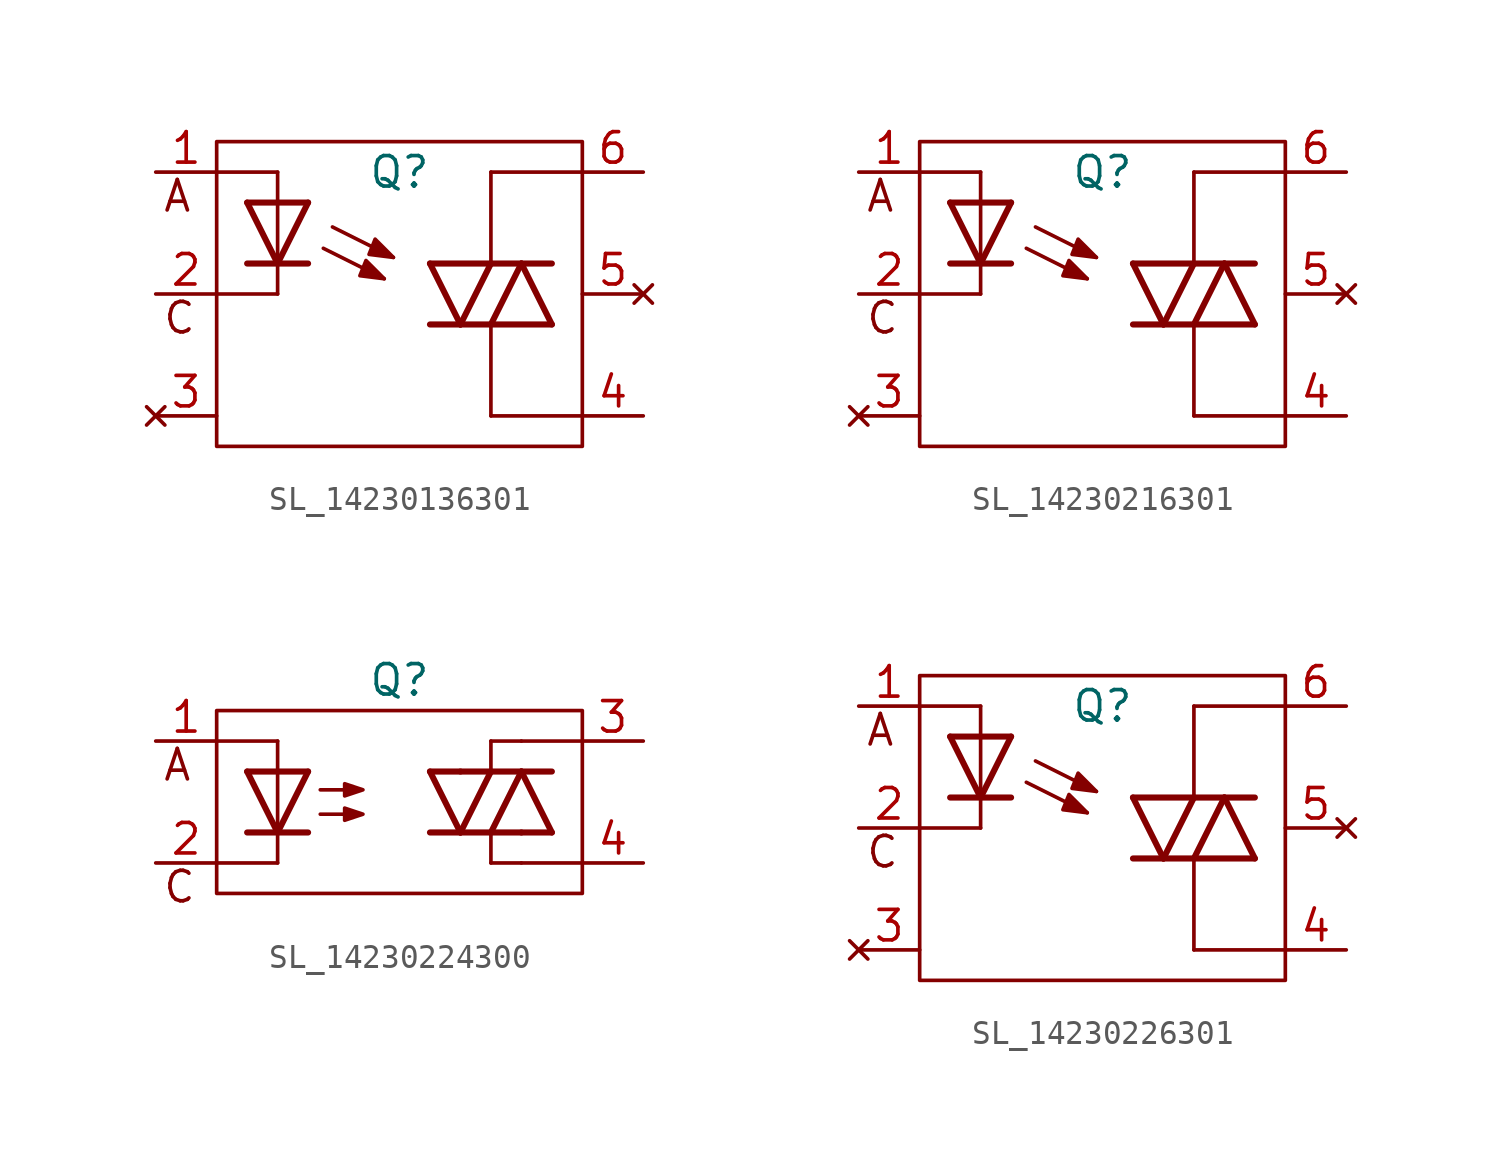
<source format=kicad_sym>
(kicad_symbol_lib
  (version 20220914)
  (generator kicad_symbol_editor)
  (symbol "SL_14230136301"
    (pin_names hide)
    (property "Reference" "Q"
      (at 0 5.08 0)
      (effects (font (size 1.27 1.27))))
    (symbol "SL_14230136301_0_0"
      (rectangle (start -7.62 6.35) (end 7.62 -6.35) (stroke (width 0) (type default)) (fill (type none)))
      (polyline (pts (xy -5.08 0) (xy -7.62 0)) (stroke (width 0.152) (type default)) (fill (type none)))
      (polyline (pts (xy -5.08 1.27) (xy -6.35 1.27)) (stroke (width 0.254) (type default)) (fill (type none)))
      (polyline (pts (xy -5.08 1.27) (xy -6.35 3.81)) (stroke (width 0.254) (type default)) (fill (type none)))
      (polyline (pts (xy -5.08 1.27) (xy -5.08 0)) (stroke (width 0.152) (type default)) (fill (type none)))
      (polyline (pts (xy -5.08 3.81) (xy -6.35 3.81)) (stroke (width 0.254) (type default)) (fill (type none)))
      (polyline (pts (xy -5.08 3.81) (xy -5.08 1.27)) (stroke (width 0.152) (type default)) (fill (type none)))
      (polyline (pts (xy -5.08 3.81) (xy -5.08 5.08)) (stroke (width 0.152) (type default)) (fill (type none)))
      (polyline (pts (xy -5.08 5.08) (xy -7.62 5.08)) (stroke (width 0.152) (type default)) (fill (type none)))
      (polyline (pts (xy -3.81 1.27) (xy -5.08 1.27)) (stroke (width 0.254) (type default)) (fill (type none)))
      (polyline (pts (xy -3.81 3.81) (xy -5.08 1.27)) (stroke (width 0.254) (type default)) (fill (type none)))
      (polyline (pts (xy -3.81 3.81) (xy -5.08 3.81)) (stroke (width 0.254) (type default)) (fill (type none)))
      (polyline (pts (xy -3.175 1.905) (xy -0.635 0.635)) (stroke (width 0.152) (type default)) (fill (type none)))
      (polyline (pts (xy -2.794 2.794) (xy -0.254 1.524)) (stroke (width 0.152) (type default)) (fill (type none)))
      (polyline (pts (xy 2.54 -1.27) (xy 1.27 -1.27)) (stroke (width 0.254) (type default)) (fill (type none)))
      (polyline (pts (xy 2.54 -1.27) (xy 1.27 1.27)) (stroke (width 0.254) (type default)) (fill (type none)))
      (polyline (pts (xy 3.81 -1.27) (xy 2.54 -1.27)) (stroke (width 0.254) (type default)) (fill (type none)))
      (polyline (pts (xy 3.81 -1.27) (xy 3.81 -5.08)) (stroke (width 0.152) (type default)) (fill (type none)))
      (polyline (pts (xy 3.81 -1.27) (xy 5.08 1.27)) (stroke (width 0.254) (type default)) (fill (type none)))
      (polyline (pts (xy 3.81 -1.27) (xy 6.35 -1.27)) (stroke (width 0.254) (type default)) (fill (type none)))
      (polyline (pts (xy 3.81 1.27) (xy 1.27 1.27)) (stroke (width 0.254) (type default)) (fill (type none)))
      (polyline (pts (xy 3.81 1.27) (xy 2.54 -1.27)) (stroke (width 0.254) (type default)) (fill (type none)))
      (polyline (pts (xy 3.81 1.27) (xy 3.81 5.08)) (stroke (width 0.152) (type default)) (fill (type none)))
      (polyline (pts (xy 3.81 1.27) (xy 5.08 1.27)) (stroke (width 0.254) (type default)) (fill (type none)))
      (polyline (pts (xy 5.08 1.27) (xy 6.35 -1.27)) (stroke (width 0.254) (type default)) (fill (type none)))
      (polyline (pts (xy 5.08 1.27) (xy 6.35 1.27)) (stroke (width 0.254) (type default)) (fill (type none)))
      (polyline (pts (xy 7.62 -5.08) (xy 3.81 -5.08)) (stroke (width 0.152) (type default)) (fill (type none)))
      (polyline (pts (xy 7.62 5.08) (xy 3.81 5.08)) (stroke (width 0.152) (type default)) (fill (type none)))
      (polyline (pts (xy -1.397 1.397) (xy -0.635 0.635) (xy -1.651 0.762) (xy -1.397 1.397)) (stroke (width 0.152) (type default)) (fill (type outline)))
      (polyline (pts (xy -1.016 2.286) (xy -0.254 1.524) (xy -1.27 1.651) (xy -1.016 2.286)) (stroke (width 0.152) (type default)) (fill (type outline)))
      (text "A" (at -9.906 4.826 0) (effects (font (size 1.27 1.27)) (justify left top)))
      (text "C" (at -9.906 -0.254 0) (effects (font (size 1.27 1.27)) (justify left top))))
    (symbol "SL_14230136301_1_0"
      (pin passive line (at -10.16 5.08 0) (length 2.54) (name "Anode" (effects (font (size 1.27 1.27)))) (number "1" (effects (font (size 1.27 1.27)))))
      (pin passive line (at -10.16 0 0) (length 2.54) (name "Cathode" (effects (font (size 1.27 1.27)))) (number "2" (effects (font (size 1.27 1.27)))))
      (pin no_connect line (at -10.16 -5.08 0) (length 2.54) (name "NC" (effects (font (size 1.27 1.27)))) (number "3" (effects (font (size 1.27 1.27)))))
      (pin passive line (at 10.16 -5.08 180) (length 2.54) (name "Teminal" (effects (font (size 1.27 1.27)))) (number "4" (effects (font (size 1.27 1.27)))))
      (pin no_connect line (at 10.16 0 180) (length 2.54) (name "NC" (effects (font (size 1.27 1.27)))) (number "5" (effects (font (size 1.27 1.27)))))
      (pin passive line (at 10.16 5.08 180) (length 2.54) (name "Teminal" (effects (font (size 1.27 1.27)))) (number "6" (effects (font (size 1.27 1.27)))))))
  (symbol "SL_14230216301"
    (pin_names hide)
    (property "Reference" "Q"
      (at 0 5.08 0)
      (effects (font (size 1.27 1.27))))
    (symbol "SL_14230216301_0_0"
      (rectangle (start -7.62 6.35) (end 7.62 -6.35) (stroke (width 0) (type default)) (fill (type none)))
      (polyline (pts (xy -5.08 0) (xy -7.62 0)) (stroke (width 0.152) (type default)) (fill (type none)))
      (polyline (pts (xy -5.08 1.27) (xy -6.35 1.27)) (stroke (width 0.254) (type default)) (fill (type none)))
      (polyline (pts (xy -5.08 1.27) (xy -6.35 3.81)) (stroke (width 0.254) (type default)) (fill (type none)))
      (polyline (pts (xy -5.08 1.27) (xy -5.08 0)) (stroke (width 0.152) (type default)) (fill (type none)))
      (polyline (pts (xy -5.08 3.81) (xy -6.35 3.81)) (stroke (width 0.254) (type default)) (fill (type none)))
      (polyline (pts (xy -5.08 3.81) (xy -5.08 1.27)) (stroke (width 0.152) (type default)) (fill (type none)))
      (polyline (pts (xy -5.08 3.81) (xy -5.08 5.08)) (stroke (width 0.152) (type default)) (fill (type none)))
      (polyline (pts (xy -5.08 5.08) (xy -7.62 5.08)) (stroke (width 0.152) (type default)) (fill (type none)))
      (polyline (pts (xy -3.81 1.27) (xy -5.08 1.27)) (stroke (width 0.254) (type default)) (fill (type none)))
      (polyline (pts (xy -3.81 3.81) (xy -5.08 1.27)) (stroke (width 0.254) (type default)) (fill (type none)))
      (polyline (pts (xy -3.81 3.81) (xy -5.08 3.81)) (stroke (width 0.254) (type default)) (fill (type none)))
      (polyline (pts (xy -3.175 1.905) (xy -0.635 0.635)) (stroke (width 0.152) (type default)) (fill (type none)))
      (polyline (pts (xy -2.794 2.794) (xy -0.254 1.524)) (stroke (width 0.152) (type default)) (fill (type none)))
      (polyline (pts (xy 2.54 -1.27) (xy 1.27 -1.27)) (stroke (width 0.254) (type default)) (fill (type none)))
      (polyline (pts (xy 2.54 -1.27) (xy 1.27 1.27)) (stroke (width 0.254) (type default)) (fill (type none)))
      (polyline (pts (xy 3.81 -1.27) (xy 2.54 -1.27)) (stroke (width 0.254) (type default)) (fill (type none)))
      (polyline (pts (xy 3.81 -1.27) (xy 3.81 -5.08)) (stroke (width 0.152) (type default)) (fill (type none)))
      (polyline (pts (xy 3.81 -1.27) (xy 5.08 1.27)) (stroke (width 0.254) (type default)) (fill (type none)))
      (polyline (pts (xy 3.81 -1.27) (xy 6.35 -1.27)) (stroke (width 0.254) (type default)) (fill (type none)))
      (polyline (pts (xy 3.81 1.27) (xy 1.27 1.27)) (stroke (width 0.254) (type default)) (fill (type none)))
      (polyline (pts (xy 3.81 1.27) (xy 2.54 -1.27)) (stroke (width 0.254) (type default)) (fill (type none)))
      (polyline (pts (xy 3.81 1.27) (xy 3.81 5.08)) (stroke (width 0.152) (type default)) (fill (type none)))
      (polyline (pts (xy 3.81 1.27) (xy 5.08 1.27)) (stroke (width 0.254) (type default)) (fill (type none)))
      (polyline (pts (xy 5.08 1.27) (xy 6.35 -1.27)) (stroke (width 0.254) (type default)) (fill (type none)))
      (polyline (pts (xy 5.08 1.27) (xy 6.35 1.27)) (stroke (width 0.254) (type default)) (fill (type none)))
      (polyline (pts (xy 7.62 -5.08) (xy 3.81 -5.08)) (stroke (width 0.152) (type default)) (fill (type none)))
      (polyline (pts (xy 7.62 5.08) (xy 3.81 5.08)) (stroke (width 0.152) (type default)) (fill (type none)))
      (polyline (pts (xy -1.397 1.397) (xy -0.635 0.635) (xy -1.651 0.762) (xy -1.397 1.397)) (stroke (width 0.152) (type default)) (fill (type outline)))
      (polyline (pts (xy -1.016 2.286) (xy -0.254 1.524) (xy -1.27 1.651) (xy -1.016 2.286)) (stroke (width 0.152) (type default)) (fill (type outline)))
      (text "A" (at -9.906 4.826 0) (effects (font (size 1.27 1.27)) (justify left top)))
      (text "C" (at -9.906 -0.254 0) (effects (font (size 1.27 1.27)) (justify left top))))
    (symbol "SL_14230216301_1_0"
      (pin passive line (at -10.16 5.08 0) (length 2.54) (name "Anode" (effects (font (size 1.27 1.27)))) (number "1" (effects (font (size 1.27 1.27)))))
      (pin passive line (at -10.16 0 0) (length 2.54) (name "Cathode" (effects (font (size 1.27 1.27)))) (number "2" (effects (font (size 1.27 1.27)))))
      (pin no_connect line (at -10.16 -5.08 0) (length 2.54) (name "NC" (effects (font (size 1.27 1.27)))) (number "3" (effects (font (size 1.27 1.27)))))
      (pin passive line (at 10.16 -5.08 180) (length 2.54) (name "Teminal" (effects (font (size 1.27 1.27)))) (number "4" (effects (font (size 1.27 1.27)))))
      (pin no_connect line (at 10.16 0 180) (length 2.54) (name "NC" (effects (font (size 1.27 1.27)))) (number "5" (effects (font (size 1.27 1.27)))))
      (pin passive line (at 10.16 5.08 180) (length 2.54) (name "Teminal" (effects (font (size 1.27 1.27)))) (number "6" (effects (font (size 1.27 1.27)))))))
  (symbol "SL_14230224300"
    (pin_names hide)
    (property "Reference" "Q"
      (at 0 5.08 0)
      (effects (font (size 1.27 1.27))))
    (symbol "SL_14230224300_0_0"
      (rectangle (start -7.62 3.81) (end 7.62 -3.81) (stroke (width 0) (type default)) (fill (type none)))
      (polyline (pts (xy -5.08 -2.54) (xy -7.62 -2.54)) (stroke (width 0.152) (type default)) (fill (type none)))
      (polyline (pts (xy -5.08 -1.27) (xy -6.35 -1.27)) (stroke (width 0.254) (type default)) (fill (type none)))
      (polyline (pts (xy -5.08 -1.27) (xy -6.35 1.27)) (stroke (width 0.254) (type default)) (fill (type none)))
      (polyline (pts (xy -5.08 -1.27) (xy -5.08 -2.54)) (stroke (width 0.152) (type default)) (fill (type none)))
      (polyline (pts (xy -5.08 1.27) (xy -6.35 1.27)) (stroke (width 0.254) (type default)) (fill (type none)))
      (polyline (pts (xy -5.08 1.27) (xy -5.08 -1.27)) (stroke (width 0.152) (type default)) (fill (type none)))
      (polyline (pts (xy -5.08 1.27) (xy -5.08 2.54)) (stroke (width 0.152) (type default)) (fill (type none)))
      (polyline (pts (xy -5.08 2.54) (xy -7.62 2.54)) (stroke (width 0.152) (type default)) (fill (type none)))
      (polyline (pts (xy -3.81 -1.27) (xy -5.08 -1.27)) (stroke (width 0.254) (type default)) (fill (type none)))
      (polyline (pts (xy -3.81 1.27) (xy -5.08 -1.27)) (stroke (width 0.254) (type default)) (fill (type none)))
      (polyline (pts (xy -3.81 1.27) (xy -5.08 1.27)) (stroke (width 0.254) (type default)) (fill (type none)))
      (polyline (pts (xy -3.302 -0.508) (xy -2.032 -0.508)) (stroke (width 0.152) (type default)) (fill (type none)))
      (polyline (pts (xy -3.302 0.508) (xy -2.032 0.508)) (stroke (width 0.152) (type default)) (fill (type none)))
      (polyline (pts (xy 2.54 -1.27) (xy 1.27 -1.27)) (stroke (width 0.254) (type default)) (fill (type none)))
      (polyline (pts (xy 2.54 -1.27) (xy 1.27 1.27)) (stroke (width 0.254) (type default)) (fill (type none)))
      (polyline (pts (xy 2.54 1.27) (xy 1.27 1.27)) (stroke (width 0.254) (type default)) (fill (type none)))
      (polyline (pts (xy 3.81 -2.54) (xy 5.08 -2.54)) (stroke (width 0.152) (type default)) (fill (type none)))
      (polyline (pts (xy 3.81 -1.27) (xy 2.54 -1.27)) (stroke (width 0.254) (type default)) (fill (type none)))
      (polyline (pts (xy 3.81 -1.27) (xy 3.81 -2.54)) (stroke (width 0.152) (type default)) (fill (type none)))
      (polyline (pts (xy 3.81 -1.27) (xy 5.08 -1.27)) (stroke (width 0.254) (type default)) (fill (type none)))
      (polyline (pts (xy 3.81 -1.27) (xy 5.08 1.27)) (stroke (width 0.254) (type default)) (fill (type none)))
      (polyline (pts (xy 3.81 1.27) (xy 2.54 -1.27)) (stroke (width 0.254) (type default)) (fill (type none)))
      (polyline (pts (xy 3.81 1.27) (xy 2.54 1.27)) (stroke (width 0.254) (type default)) (fill (type none)))
      (polyline (pts (xy 3.81 1.27) (xy 3.81 2.54)) (stroke (width 0.152) (type default)) (fill (type none)))
      (polyline (pts (xy 3.81 1.27) (xy 5.08 1.27)) (stroke (width 0.254) (type default)) (fill (type none)))
      (polyline (pts (xy 5.08 -1.27) (xy 6.35 -1.27)) (stroke (width 0.254) (type default)) (fill (type none)))
      (polyline (pts (xy 5.08 1.27) (xy 6.35 -1.27)) (stroke (width 0.254) (type default)) (fill (type none)))
      (polyline (pts (xy 5.08 1.27) (xy 6.35 1.27)) (stroke (width 0.254) (type default)) (fill (type none)))
      (polyline (pts (xy 5.08 2.54) (xy 3.81 2.54)) (stroke (width 0.152) (type default)) (fill (type none)))
      (polyline (pts (xy 7.62 -2.54) (xy 5.08 -2.54)) (stroke (width 0.152) (type default)) (fill (type none)))
      (polyline (pts (xy 7.62 2.54) (xy 5.08 2.54)) (stroke (width 0.152) (type default)) (fill (type none)))
      (polyline (pts (xy -2.286 -0.254) (xy -1.524 -0.508) (xy -2.286 -0.762) (xy -2.286 -0.254)) (stroke (width 0.152) (type default)) (fill (type outline)))
      (polyline (pts (xy -2.286 0.762) (xy -1.524 0.508) (xy -2.286 0.254) (xy -2.286 0.762)) (stroke (width 0.152) (type default)) (fill (type outline)))
      (text "A" (at -9.906 2.286 0) (effects (font (size 1.27 1.27)) (justify left top)))
      (text "C" (at -9.906 -2.794 0) (effects (font (size 1.27 1.27)) (justify left top))))
    (symbol "SL_14230224300_1_0"
      (pin passive line (at -10.16 2.54 0) (length 2.54) (name "Anode" (effects (font (size 1.27 1.27)))) (number "1" (effects (font (size 1.27 1.27)))))
      (pin passive line (at -10.16 -2.54 0) (length 2.54) (name "Cathode" (effects (font (size 1.27 1.27)))) (number "2" (effects (font (size 1.27 1.27)))))
      (pin passive line (at 10.16 2.54 180) (length 2.54) (name "Teminal" (effects (font (size 1.27 1.27)))) (number "3" (effects (font (size 1.27 1.27)))))
      (pin passive line (at 10.16 -2.54 180) (length 2.54) (name "Teminal" (effects (font (size 1.27 1.27)))) (number "4" (effects (font (size 1.27 1.27)))))))
  (symbol "SL_14230226301"
    (pin_names hide)
    (property "Reference" "Q"
      (at 0 5.08 0)
      (effects (font (size 1.27 1.27))))
    (symbol "SL_14230226301_0_0"
      (rectangle (start -7.62 6.35) (end 7.62 -6.35) (stroke (width 0) (type default)) (fill (type none)))
      (polyline (pts (xy -5.08 0) (xy -7.62 0)) (stroke (width 0.152) (type default)) (fill (type none)))
      (polyline (pts (xy -5.08 1.27) (xy -6.35 1.27)) (stroke (width 0.254) (type default)) (fill (type none)))
      (polyline (pts (xy -5.08 1.27) (xy -6.35 3.81)) (stroke (width 0.254) (type default)) (fill (type none)))
      (polyline (pts (xy -5.08 1.27) (xy -5.08 0)) (stroke (width 0.152) (type default)) (fill (type none)))
      (polyline (pts (xy -5.08 3.81) (xy -6.35 3.81)) (stroke (width 0.254) (type default)) (fill (type none)))
      (polyline (pts (xy -5.08 3.81) (xy -5.08 1.27)) (stroke (width 0.152) (type default)) (fill (type none)))
      (polyline (pts (xy -5.08 3.81) (xy -5.08 5.08)) (stroke (width 0.152) (type default)) (fill (type none)))
      (polyline (pts (xy -5.08 5.08) (xy -7.62 5.08)) (stroke (width 0.152) (type default)) (fill (type none)))
      (polyline (pts (xy -3.81 1.27) (xy -5.08 1.27)) (stroke (width 0.254) (type default)) (fill (type none)))
      (polyline (pts (xy -3.81 3.81) (xy -5.08 1.27)) (stroke (width 0.254) (type default)) (fill (type none)))
      (polyline (pts (xy -3.81 3.81) (xy -5.08 3.81)) (stroke (width 0.254) (type default)) (fill (type none)))
      (polyline (pts (xy -3.175 1.905) (xy -0.635 0.635)) (stroke (width 0.152) (type default)) (fill (type none)))
      (polyline (pts (xy -2.794 2.794) (xy -0.254 1.524)) (stroke (width 0.152) (type default)) (fill (type none)))
      (polyline (pts (xy 2.54 -1.27) (xy 1.27 -1.27)) (stroke (width 0.254) (type default)) (fill (type none)))
      (polyline (pts (xy 2.54 -1.27) (xy 1.27 1.27)) (stroke (width 0.254) (type default)) (fill (type none)))
      (polyline (pts (xy 3.81 -1.27) (xy 2.54 -1.27)) (stroke (width 0.254) (type default)) (fill (type none)))
      (polyline (pts (xy 3.81 -1.27) (xy 3.81 -5.08)) (stroke (width 0.152) (type default)) (fill (type none)))
      (polyline (pts (xy 3.81 -1.27) (xy 5.08 1.27)) (stroke (width 0.254) (type default)) (fill (type none)))
      (polyline (pts (xy 3.81 -1.27) (xy 6.35 -1.27)) (stroke (width 0.254) (type default)) (fill (type none)))
      (polyline (pts (xy 3.81 1.27) (xy 1.27 1.27)) (stroke (width 0.254) (type default)) (fill (type none)))
      (polyline (pts (xy 3.81 1.27) (xy 2.54 -1.27)) (stroke (width 0.254) (type default)) (fill (type none)))
      (polyline (pts (xy 3.81 1.27) (xy 3.81 5.08)) (stroke (width 0.152) (type default)) (fill (type none)))
      (polyline (pts (xy 3.81 1.27) (xy 5.08 1.27)) (stroke (width 0.254) (type default)) (fill (type none)))
      (polyline (pts (xy 5.08 1.27) (xy 6.35 -1.27)) (stroke (width 0.254) (type default)) (fill (type none)))
      (polyline (pts (xy 5.08 1.27) (xy 6.35 1.27)) (stroke (width 0.254) (type default)) (fill (type none)))
      (polyline (pts (xy 7.62 -5.08) (xy 3.81 -5.08)) (stroke (width 0.152) (type default)) (fill (type none)))
      (polyline (pts (xy 7.62 5.08) (xy 3.81 5.08)) (stroke (width 0.152) (type default)) (fill (type none)))
      (polyline (pts (xy -1.397 1.397) (xy -0.635 0.635) (xy -1.651 0.762) (xy -1.397 1.397)) (stroke (width 0.152) (type default)) (fill (type outline)))
      (polyline (pts (xy -1.016 2.286) (xy -0.254 1.524) (xy -1.27 1.651) (xy -1.016 2.286)) (stroke (width 0.152) (type default)) (fill (type outline)))
      (text "A" (at -9.906 4.826 0) (effects (font (size 1.27 1.27)) (justify left top)))
      (text "C" (at -9.906 -0.254 0) (effects (font (size 1.27 1.27)) (justify left top))))
    (symbol "SL_14230226301_1_0"
      (pin passive line (at -10.16 5.08 0) (length 2.54) (name "Anode" (effects (font (size 1.27 1.27)))) (number "1" (effects (font (size 1.27 1.27)))))
      (pin passive line (at -10.16 0 0) (length 2.54) (name "Cathode" (effects (font (size 1.27 1.27)))) (number "2" (effects (font (size 1.27 1.27)))))
      (pin no_connect line (at -10.16 -5.08 0) (length 2.54) (name "NC" (effects (font (size 1.27 1.27)))) (number "3" (effects (font (size 1.27 1.27)))))
      (pin passive line (at 10.16 -5.08 180) (length 2.54) (name "Teminal" (effects (font (size 1.27 1.27)))) (number "4" (effects (font (size 1.27 1.27)))))
      (pin no_connect line (at 10.16 0 180) (length 2.54) (name "NC" (effects (font (size 1.27 1.27)))) (number "5" (effects (font (size 1.27 1.27)))))
      (pin passive line (at 10.16 5.08 180) (length 2.54) (name "Teminal" (effects (font (size 1.27 1.27)))) (number "6" (effects (font (size 1.27 1.27))))))))
</source>
